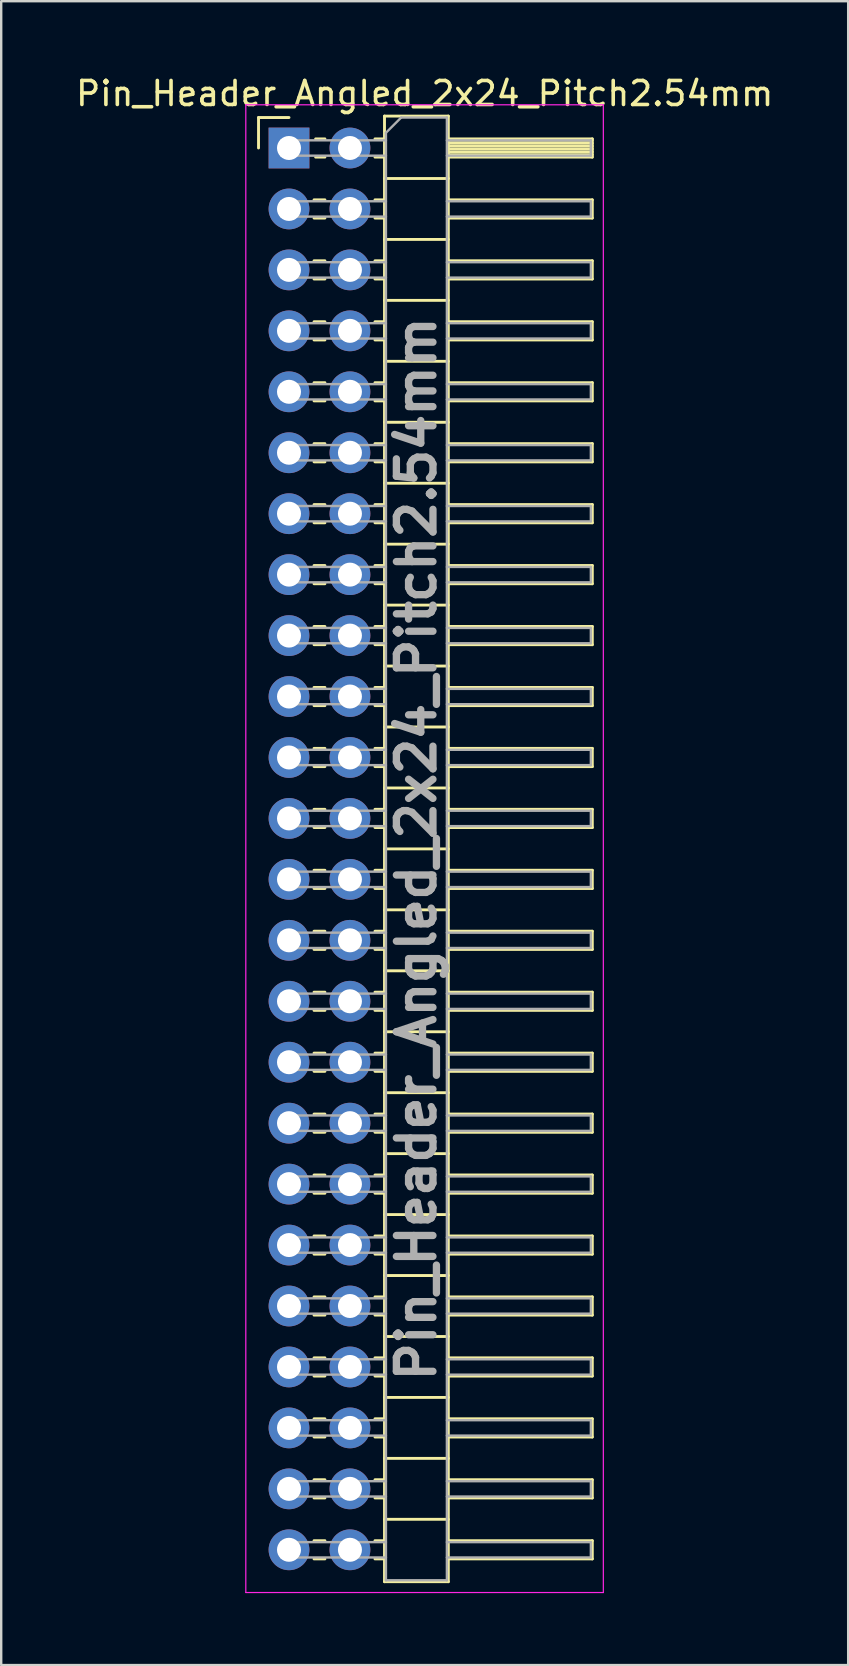
<source format=kicad_pcb>
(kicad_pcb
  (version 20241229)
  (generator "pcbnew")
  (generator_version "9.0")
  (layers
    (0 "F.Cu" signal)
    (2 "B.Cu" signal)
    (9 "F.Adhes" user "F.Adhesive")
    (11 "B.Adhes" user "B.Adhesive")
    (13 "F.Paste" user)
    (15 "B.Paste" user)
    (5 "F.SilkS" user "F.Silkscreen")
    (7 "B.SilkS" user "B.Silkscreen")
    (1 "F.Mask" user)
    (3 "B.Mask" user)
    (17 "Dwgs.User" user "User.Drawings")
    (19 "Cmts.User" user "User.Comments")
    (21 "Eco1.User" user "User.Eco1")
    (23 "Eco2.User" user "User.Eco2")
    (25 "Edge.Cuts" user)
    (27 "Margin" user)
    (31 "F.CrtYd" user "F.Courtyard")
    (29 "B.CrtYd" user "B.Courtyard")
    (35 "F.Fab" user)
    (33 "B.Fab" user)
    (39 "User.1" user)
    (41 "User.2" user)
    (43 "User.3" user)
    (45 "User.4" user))
  (footprint "Pin_Header_Angled_2x24_Pitch2.54mm"
    (layer "F.Cu")
    (at 8.994 3.118)
    (property "Reference" "Pin_Header_Angled_2x24_Pitch2.54mm" (at 5.655 -2.27 0) (layer "F.SilkS") (effects (font (size 1 1) (thickness 0.15))))
    (attr through_hole)
    (fp_line (start -1.27 -1.27) (end 0 -1.27) (stroke (width 0.12) (type solid)) (layer "F.SilkS"))
    (fp_line (start -1.27 0) (end -1.27 -1.27) (stroke (width 0.12) (type solid)) (layer "F.SilkS"))
    (fp_line (start 1.043 2.16) (end 1.497 2.16) (stroke (width 0.12) (type solid)) (layer "F.SilkS"))
    (fp_line (start 1.043 2.92) (end 1.497 2.92) (stroke (width 0.12) (type solid)) (layer "F.SilkS"))
    (fp_line (start 1.043 4.7) (end 1.497 4.7) (stroke (width 0.12) (type solid)) (layer "F.SilkS"))
    (fp_line (start 1.043 5.46) (end 1.497 5.46) (stroke (width 0.12) (type solid)) (layer "F.SilkS"))
    (fp_line (start 1.043 7.24) (end 1.497 7.24) (stroke (width 0.12) (type solid)) (layer "F.SilkS"))
    (fp_line (start 1.043 8) (end 1.497 8) (stroke (width 0.12) (type solid)) (layer "F.SilkS"))
    (fp_line (start 1.043 9.78) (end 1.497 9.78) (stroke (width 0.12) (type solid)) (layer "F.SilkS"))
    (fp_line (start 1.043 10.54) (end 1.497 10.54) (stroke (width 0.12) (type solid)) (layer "F.SilkS"))
    (fp_line (start 1.043 12.32) (end 1.497 12.32) (stroke (width 0.12) (type solid)) (layer "F.SilkS"))
    (fp_line (start 1.043 13.08) (end 1.497 13.08) (stroke (width 0.12) (type solid)) (layer "F.SilkS"))
    (fp_line (start 1.043 14.86) (end 1.497 14.86) (stroke (width 0.12) (type solid)) (layer "F.SilkS"))
    (fp_line (start 1.043 15.62) (end 1.497 15.62) (stroke (width 0.12) (type solid)) (layer "F.SilkS"))
    (fp_line (start 1.043 17.4) (end 1.497 17.4) (stroke (width 0.12) (type solid)) (layer "F.SilkS"))
    (fp_line (start 1.043 18.16) (end 1.497 18.16) (stroke (width 0.12) (type solid)) (layer "F.SilkS"))
    (fp_line (start 1.043 19.94) (end 1.497 19.94) (stroke (width 0.12) (type solid)) (layer "F.SilkS"))
    (fp_line (start 1.043 20.7) (end 1.497 20.7) (stroke (width 0.12) (type solid)) (layer "F.SilkS"))
    (fp_line (start 1.043 22.48) (end 1.497 22.48) (stroke (width 0.12) (type solid)) (layer "F.SilkS"))
    (fp_line (start 1.043 23.24) (end 1.497 23.24) (stroke (width 0.12) (type solid)) (layer "F.SilkS"))
    (fp_line (start 1.043 25.02) (end 1.497 25.02) (stroke (width 0.12) (type solid)) (layer "F.SilkS"))
    (fp_line (start 1.043 25.78) (end 1.497 25.78) (stroke (width 0.12) (type solid)) (layer "F.SilkS"))
    (fp_line (start 1.043 27.56) (end 1.497 27.56) (stroke (width 0.12) (type solid)) (layer "F.SilkS"))
    (fp_line (start 1.043 28.32) (end 1.497 28.32) (stroke (width 0.12) (type solid)) (layer "F.SilkS"))
    (fp_line (start 1.043 30.1) (end 1.497 30.1) (stroke (width 0.12) (type solid)) (layer "F.SilkS"))
    (fp_line (start 1.043 30.86) (end 1.497 30.86) (stroke (width 0.12) (type solid)) (layer "F.SilkS"))
    (fp_line (start 1.043 32.64) (end 1.497 32.64) (stroke (width 0.12) (type solid)) (layer "F.SilkS"))
    (fp_line (start 1.043 33.4) (end 1.497 33.4) (stroke (width 0.12) (type solid)) (layer "F.SilkS"))
    (fp_line (start 1.043 35.18) (end 1.497 35.18) (stroke (width 0.12) (type solid)) (layer "F.SilkS"))
    (fp_line (start 1.043 35.94) (end 1.497 35.94) (stroke (width 0.12) (type solid)) (layer "F.SilkS"))
    (fp_line (start 1.043 37.72) (end 1.497 37.72) (stroke (width 0.12) (type solid)) (layer "F.SilkS"))
    (fp_line (start 1.043 38.48) (end 1.497 38.48) (stroke (width 0.12) (type solid)) (layer "F.SilkS"))
    (fp_line (start 1.043 40.26) (end 1.497 40.26) (stroke (width 0.12) (type solid)) (layer "F.SilkS"))
    (fp_line (start 1.043 41.02) (end 1.497 41.02) (stroke (width 0.12) (type solid)) (layer "F.SilkS"))
    (fp_line (start 1.043 42.8) (end 1.497 42.8) (stroke (width 0.12) (type solid)) (layer "F.SilkS"))
    (fp_line (start 1.043 43.56) (end 1.497 43.56) (stroke (width 0.12) (type solid)) (layer "F.SilkS"))
    (fp_line (start 1.043 45.34) (end 1.497 45.34) (stroke (width 0.12) (type solid)) (layer "F.SilkS"))
    (fp_line (start 1.043 46.1) (end 1.497 46.1) (stroke (width 0.12) (type solid)) (layer "F.SilkS"))
    (fp_line (start 1.043 47.88) (end 1.497 47.88) (stroke (width 0.12) (type solid)) (layer "F.SilkS"))
    (fp_line (start 1.043 48.64) (end 1.497 48.64) (stroke (width 0.12) (type solid)) (layer "F.SilkS"))
    (fp_line (start 1.043 50.42) (end 1.497 50.42) (stroke (width 0.12) (type solid)) (layer "F.SilkS"))
    (fp_line (start 1.043 51.18) (end 1.497 51.18) (stroke (width 0.12) (type solid)) (layer "F.SilkS"))
    (fp_line (start 1.043 52.96) (end 1.497 52.96) (stroke (width 0.12) (type solid)) (layer "F.SilkS"))
    (fp_line (start 1.043 53.72) (end 1.497 53.72) (stroke (width 0.12) (type solid)) (layer "F.SilkS"))
    (fp_line (start 1.043 55.5) (end 1.497 55.5) (stroke (width 0.12) (type solid)) (layer "F.SilkS"))
    (fp_line (start 1.043 56.26) (end 1.497 56.26) (stroke (width 0.12) (type solid)) (layer "F.SilkS"))
    (fp_line (start 1.043 58.04) (end 1.497 58.04) (stroke (width 0.12) (type solid)) (layer "F.SilkS"))
    (fp_line (start 1.043 58.8) (end 1.497 58.8) (stroke (width 0.12) (type solid)) (layer "F.SilkS"))
    (fp_line (start 1.11 -0.38) (end 1.497 -0.38) (stroke (width 0.12) (type solid)) (layer "F.SilkS"))
    (fp_line (start 1.11 0.38) (end 1.497 0.38) (stroke (width 0.12) (type solid)) (layer "F.SilkS"))
    (fp_line (start 3.583 -0.38) (end 3.98 -0.38) (stroke (width 0.12) (type solid)) (layer "F.SilkS"))
    (fp_line (start 3.583 0.38) (end 3.98 0.38) (stroke (width 0.12) (type solid)) (layer "F.SilkS"))
    (fp_line (start 3.583 2.16) (end 3.98 2.16) (stroke (width 0.12) (type solid)) (layer "F.SilkS"))
    (fp_line (start 3.583 2.92) (end 3.98 2.92) (stroke (width 0.12) (type solid)) (layer "F.SilkS"))
    (fp_line (start 3.583 4.7) (end 3.98 4.7) (stroke (width 0.12) (type solid)) (layer "F.SilkS"))
    (fp_line (start 3.583 5.46) (end 3.98 5.46) (stroke (width 0.12) (type solid)) (layer "F.SilkS"))
    (fp_line (start 3.583 7.24) (end 3.98 7.24) (stroke (width 0.12) (type solid)) (layer "F.SilkS"))
    (fp_line (start 3.583 8) (end 3.98 8) (stroke (width 0.12) (type solid)) (layer "F.SilkS"))
    (fp_line (start 3.583 9.78) (end 3.98 9.78) (stroke (width 0.12) (type solid)) (layer "F.SilkS"))
    (fp_line (start 3.583 10.54) (end 3.98 10.54) (stroke (width 0.12) (type solid)) (layer "F.SilkS"))
    (fp_line (start 3.583 12.32) (end 3.98 12.32) (stroke (width 0.12) (type solid)) (layer "F.SilkS"))
    (fp_line (start 3.583 13.08) (end 3.98 13.08) (stroke (width 0.12) (type solid)) (layer "F.SilkS"))
    (fp_line (start 3.583 14.86) (end 3.98 14.86) (stroke (width 0.12) (type solid)) (layer "F.SilkS"))
    (fp_line (start 3.583 15.62) (end 3.98 15.62) (stroke (width 0.12) (type solid)) (layer "F.SilkS"))
    (fp_line (start 3.583 17.4) (end 3.98 17.4) (stroke (width 0.12) (type solid)) (layer "F.SilkS"))
    (fp_line (start 3.583 18.16) (end 3.98 18.16) (stroke (width 0.12) (type solid)) (layer "F.SilkS"))
    (fp_line (start 3.583 19.94) (end 3.98 19.94) (stroke (width 0.12) (type solid)) (layer "F.SilkS"))
    (fp_line (start 3.583 20.7) (end 3.98 20.7) (stroke (width 0.12) (type solid)) (layer "F.SilkS"))
    (fp_line (start 3.583 22.48) (end 3.98 22.48) (stroke (width 0.12) (type solid)) (layer "F.SilkS"))
    (fp_line (start 3.583 23.24) (end 3.98 23.24) (stroke (width 0.12) (type solid)) (layer "F.SilkS"))
    (fp_line (start 3.583 25.02) (end 3.98 25.02) (stroke (width 0.12) (type solid)) (layer "F.SilkS"))
    (fp_line (start 3.583 25.78) (end 3.98 25.78) (stroke (width 0.12) (type solid)) (layer "F.SilkS"))
    (fp_line (start 3.583 27.56) (end 3.98 27.56) (stroke (width 0.12) (type solid)) (layer "F.SilkS"))
    (fp_line (start 3.583 28.32) (end 3.98 28.32) (stroke (width 0.12) (type solid)) (layer "F.SilkS"))
    (fp_line (start 3.583 30.1) (end 3.98 30.1) (stroke (width 0.12) (type solid)) (layer "F.SilkS"))
    (fp_line (start 3.583 30.86) (end 3.98 30.86) (stroke (width 0.12) (type solid)) (layer "F.SilkS"))
    (fp_line (start 3.583 32.64) (end 3.98 32.64) (stroke (width 0.12) (type solid)) (layer "F.SilkS"))
    (fp_line (start 3.583 33.4) (end 3.98 33.4) (stroke (width 0.12) (type solid)) (layer "F.SilkS"))
    (fp_line (start 3.583 35.18) (end 3.98 35.18) (stroke (width 0.12) (type solid)) (layer "F.SilkS"))
    (fp_line (start 3.583 35.94) (end 3.98 35.94) (stroke (width 0.12) (type solid)) (layer "F.SilkS"))
    (fp_line (start 3.583 37.72) (end 3.98 37.72) (stroke (width 0.12) (type solid)) (layer "F.SilkS"))
    (fp_line (start 3.583 38.48) (end 3.98 38.48) (stroke (width 0.12) (type solid)) (layer "F.SilkS"))
    (fp_line (start 3.583 40.26) (end 3.98 40.26) (stroke (width 0.12) (type solid)) (layer "F.SilkS"))
    (fp_line (start 3.583 41.02) (end 3.98 41.02) (stroke (width 0.12) (type solid)) (layer "F.SilkS"))
    (fp_line (start 3.583 42.8) (end 3.98 42.8) (stroke (width 0.12) (type solid)) (layer "F.SilkS"))
    (fp_line (start 3.583 43.56) (end 3.98 43.56) (stroke (width 0.12) (type solid)) (layer "F.SilkS"))
    (fp_line (start 3.583 45.34) (end 3.98 45.34) (stroke (width 0.12) (type solid)) (layer "F.SilkS"))
    (fp_line (start 3.583 46.1) (end 3.98 46.1) (stroke (width 0.12) (type solid)) (layer "F.SilkS"))
    (fp_line (start 3.583 47.88) (end 3.98 47.88) (stroke (width 0.12) (type solid)) (layer "F.SilkS"))
    (fp_line (start 3.583 48.64) (end 3.98 48.64) (stroke (width 0.12) (type solid)) (layer "F.SilkS"))
    (fp_line (start 3.583 50.42) (end 3.98 50.42) (stroke (width 0.12) (type solid)) (layer "F.SilkS"))
    (fp_line (start 3.583 51.18) (end 3.98 51.18) (stroke (width 0.12) (type solid)) (layer "F.SilkS"))
    (fp_line (start 3.583 52.96) (end 3.98 52.96) (stroke (width 0.12) (type solid)) (layer "F.SilkS"))
    (fp_line (start 3.583 53.72) (end 3.98 53.72) (stroke (width 0.12) (type solid)) (layer "F.SilkS"))
    (fp_line (start 3.583 55.5) (end 3.98 55.5) (stroke (width 0.12) (type solid)) (layer "F.SilkS"))
    (fp_line (start 3.583 56.26) (end 3.98 56.26) (stroke (width 0.12) (type solid)) (layer "F.SilkS"))
    (fp_line (start 3.583 58.04) (end 3.98 58.04) (stroke (width 0.12) (type solid)) (layer "F.SilkS"))
    (fp_line (start 3.583 58.8) (end 3.98 58.8) (stroke (width 0.12) (type solid)) (layer "F.SilkS"))
    (fp_line (start 3.98 -1.33) (end 3.98 59.75) (stroke (width 0.12) (type solid)) (layer "F.SilkS"))
    (fp_line (start 3.98 1.27) (end 6.64 1.27) (stroke (width 0.12) (type solid)) (layer "F.SilkS"))
    (fp_line (start 3.98 3.81) (end 6.64 3.81) (stroke (width 0.12) (type solid)) (layer "F.SilkS"))
    (fp_line (start 3.98 6.35) (end 6.64 6.35) (stroke (width 0.12) (type solid)) (layer "F.SilkS"))
    (fp_line (start 3.98 8.89) (end 6.64 8.89) (stroke (width 0.12) (type solid)) (layer "F.SilkS"))
    (fp_line (start 3.98 11.43) (end 6.64 11.43) (stroke (width 0.12) (type solid)) (layer "F.SilkS"))
    (fp_line (start 3.98 13.97) (end 6.64 13.97) (stroke (width 0.12) (type solid)) (layer "F.SilkS"))
    (fp_line (start 3.98 16.51) (end 6.64 16.51) (stroke (width 0.12) (type solid)) (layer "F.SilkS"))
    (fp_line (start 3.98 19.05) (end 6.64 19.05) (stroke (width 0.12) (type solid)) (layer "F.SilkS"))
    (fp_line (start 3.98 21.59) (end 6.64 21.59) (stroke (width 0.12) (type solid)) (layer "F.SilkS"))
    (fp_line (start 3.98 24.13) (end 6.64 24.13) (stroke (width 0.12) (type solid)) (layer "F.SilkS"))
    (fp_line (start 3.98 26.67) (end 6.64 26.67) (stroke (width 0.12) (type solid)) (layer "F.SilkS"))
    (fp_line (start 3.98 29.21) (end 6.64 29.21) (stroke (width 0.12) (type solid)) (layer "F.SilkS"))
    (fp_line (start 3.98 31.75) (end 6.64 31.75) (stroke (width 0.12) (type solid)) (layer "F.SilkS"))
    (fp_line (start 3.98 34.29) (end 6.64 34.29) (stroke (width 0.12) (type solid)) (layer "F.SilkS"))
    (fp_line (start 3.98 36.83) (end 6.64 36.83) (stroke (width 0.12) (type solid)) (layer "F.SilkS"))
    (fp_line (start 3.98 39.37) (end 6.64 39.37) (stroke (width 0.12) (type solid)) (layer "F.SilkS"))
    (fp_line (start 3.98 41.91) (end 6.64 41.91) (stroke (width 0.12) (type solid)) (layer "F.SilkS"))
    (fp_line (start 3.98 44.45) (end 6.64 44.45) (stroke (width 0.12) (type solid)) (layer "F.SilkS"))
    (fp_line (start 3.98 46.99) (end 6.64 46.99) (stroke (width 0.12) (type solid)) (layer "F.SilkS"))
    (fp_line (start 3.98 49.53) (end 6.64 49.53) (stroke (width 0.12) (type solid)) (layer "F.SilkS"))
    (fp_line (start 3.98 52.07) (end 6.64 52.07) (stroke (width 0.12) (type solid)) (layer "F.SilkS"))
    (fp_line (start 3.98 54.61) (end 6.64 54.61) (stroke (width 0.12) (type solid)) (layer "F.SilkS"))
    (fp_line (start 3.98 57.15) (end 6.64 57.15) (stroke (width 0.12) (type solid)) (layer "F.SilkS"))
    (fp_line (start 3.98 59.75) (end 6.64 59.75) (stroke (width 0.12) (type solid)) (layer "F.SilkS"))
    (fp_line (start 6.64 -1.33) (end 3.98 -1.33) (stroke (width 0.12) (type solid)) (layer "F.SilkS"))
    (fp_line (start 6.64 -0.38) (end 12.64 -0.38) (stroke (width 0.12) (type solid)) (layer "F.SilkS"))
    (fp_line (start 6.64 -0.32) (end 12.64 -0.32) (stroke (width 0.12) (type solid)) (layer "F.SilkS"))
    (fp_line (start 6.64 -0.2) (end 12.64 -0.2) (stroke (width 0.12) (type solid)) (layer "F.SilkS"))
    (fp_line (start 6.64 -0.08) (end 12.64 -0.08) (stroke (width 0.12) (type solid)) (layer "F.SilkS"))
    (fp_line (start 6.64 0.04) (end 12.64 0.04) (stroke (width 0.12) (type solid)) (layer "F.SilkS"))
    (fp_line (start 6.64 0.16) (end 12.64 0.16) (stroke (width 0.12) (type solid)) (layer "F.SilkS"))
    (fp_line (start 6.64 0.28) (end 12.64 0.28) (stroke (width 0.12) (type solid)) (layer "F.SilkS"))
    (fp_line (start 6.64 2.16) (end 12.64 2.16) (stroke (width 0.12) (type solid)) (layer "F.SilkS"))
    (fp_line (start 6.64 4.7) (end 12.64 4.7) (stroke (width 0.12) (type solid)) (layer "F.SilkS"))
    (fp_line (start 6.64 7.24) (end 12.64 7.24) (stroke (width 0.12) (type solid)) (layer "F.SilkS"))
    (fp_line (start 6.64 9.78) (end 12.64 9.78) (stroke (width 0.12) (type solid)) (layer "F.SilkS"))
    (fp_line (start 6.64 12.32) (end 12.64 12.32) (stroke (width 0.12) (type solid)) (layer "F.SilkS"))
    (fp_line (start 6.64 14.86) (end 12.64 14.86) (stroke (width 0.12) (type solid)) (layer "F.SilkS"))
    (fp_line (start 6.64 17.4) (end 12.64 17.4) (stroke (width 0.12) (type solid)) (layer "F.SilkS"))
    (fp_line (start 6.64 19.94) (end 12.64 19.94) (stroke (width 0.12) (type solid)) (layer "F.SilkS"))
    (fp_line (start 6.64 22.48) (end 12.64 22.48) (stroke (width 0.12) (type solid)) (layer "F.SilkS"))
    (fp_line (start 6.64 25.02) (end 12.64 25.02) (stroke (width 0.12) (type solid)) (layer "F.SilkS"))
    (fp_line (start 6.64 27.56) (end 12.64 27.56) (stroke (width 0.12) (type solid)) (layer "F.SilkS"))
    (fp_line (start 6.64 30.1) (end 12.64 30.1) (stroke (width 0.12) (type solid)) (layer "F.SilkS"))
    (fp_line (start 6.64 32.64) (end 12.64 32.64) (stroke (width 0.12) (type solid)) (layer "F.SilkS"))
    (fp_line (start 6.64 35.18) (end 12.64 35.18) (stroke (width 0.12) (type solid)) (layer "F.SilkS"))
    (fp_line (start 6.64 37.72) (end 12.64 37.72) (stroke (width 0.12) (type solid)) (layer "F.SilkS"))
    (fp_line (start 6.64 40.26) (end 12.64 40.26) (stroke (width 0.12) (type solid)) (layer "F.SilkS"))
    (fp_line (start 6.64 42.8) (end 12.64 42.8) (stroke (width 0.12) (type solid)) (layer "F.SilkS"))
    (fp_line (start 6.64 45.34) (end 12.64 45.34) (stroke (width 0.12) (type solid)) (layer "F.SilkS"))
    (fp_line (start 6.64 47.88) (end 12.64 47.88) (stroke (width 0.12) (type solid)) (layer "F.SilkS"))
    (fp_line (start 6.64 50.42) (end 12.64 50.42) (stroke (width 0.12) (type solid)) (layer "F.SilkS"))
    (fp_line (start 6.64 52.96) (end 12.64 52.96) (stroke (width 0.12) (type solid)) (layer "F.SilkS"))
    (fp_line (start 6.64 55.5) (end 12.64 55.5) (stroke (width 0.12) (type solid)) (layer "F.SilkS"))
    (fp_line (start 6.64 58.04) (end 12.64 58.04) (stroke (width 0.12) (type solid)) (layer "F.SilkS"))
    (fp_line (start 6.64 59.75) (end 6.64 -1.33) (stroke (width 0.12) (type solid)) (layer "F.SilkS"))
    (fp_line (start 12.64 -0.38) (end 12.64 0.38) (stroke (width 0.12) (type solid)) (layer "F.SilkS"))
    (fp_line (start 12.64 0.38) (end 6.64 0.38) (stroke (width 0.12) (type solid)) (layer "F.SilkS"))
    (fp_line (start 12.64 2.16) (end 12.64 2.92) (stroke (width 0.12) (type solid)) (layer "F.SilkS"))
    (fp_line (start 12.64 2.92) (end 6.64 2.92) (stroke (width 0.12) (type solid)) (layer "F.SilkS"))
    (fp_line (start 12.64 4.7) (end 12.64 5.46) (stroke (width 0.12) (type solid)) (layer "F.SilkS"))
    (fp_line (start 12.64 5.46) (end 6.64 5.46) (stroke (width 0.12) (type solid)) (layer "F.SilkS"))
    (fp_line (start 12.64 7.24) (end 12.64 8) (stroke (width 0.12) (type solid)) (layer "F.SilkS"))
    (fp_line (start 12.64 8) (end 6.64 8) (stroke (width 0.12) (type solid)) (layer "F.SilkS"))
    (fp_line (start 12.64 9.78) (end 12.64 10.54) (stroke (width 0.12) (type solid)) (layer "F.SilkS"))
    (fp_line (start 12.64 10.54) (end 6.64 10.54) (stroke (width 0.12) (type solid)) (layer "F.SilkS"))
    (fp_line (start 12.64 12.32) (end 12.64 13.08) (stroke (width 0.12) (type solid)) (layer "F.SilkS"))
    (fp_line (start 12.64 13.08) (end 6.64 13.08) (stroke (width 0.12) (type solid)) (layer "F.SilkS"))
    (fp_line (start 12.64 14.86) (end 12.64 15.62) (stroke (width 0.12) (type solid)) (layer "F.SilkS"))
    (fp_line (start 12.64 15.62) (end 6.64 15.62) (stroke (width 0.12) (type solid)) (layer "F.SilkS"))
    (fp_line (start 12.64 17.4) (end 12.64 18.16) (stroke (width 0.12) (type solid)) (layer "F.SilkS"))
    (fp_line (start 12.64 18.16) (end 6.64 18.16) (stroke (width 0.12) (type solid)) (layer "F.SilkS"))
    (fp_line (start 12.64 19.94) (end 12.64 20.7) (stroke (width 0.12) (type solid)) (layer "F.SilkS"))
    (fp_line (start 12.64 20.7) (end 6.64 20.7) (stroke (width 0.12) (type solid)) (layer "F.SilkS"))
    (fp_line (start 12.64 22.48) (end 12.64 23.24) (stroke (width 0.12) (type solid)) (layer "F.SilkS"))
    (fp_line (start 12.64 23.24) (end 6.64 23.24) (stroke (width 0.12) (type solid)) (layer "F.SilkS"))
    (fp_line (start 12.64 25.02) (end 12.64 25.78) (stroke (width 0.12) (type solid)) (layer "F.SilkS"))
    (fp_line (start 12.64 25.78) (end 6.64 25.78) (stroke (width 0.12) (type solid)) (layer "F.SilkS"))
    (fp_line (start 12.64 27.56) (end 12.64 28.32) (stroke (width 0.12) (type solid)) (layer "F.SilkS"))
    (fp_line (start 12.64 28.32) (end 6.64 28.32) (stroke (width 0.12) (type solid)) (layer "F.SilkS"))
    (fp_line (start 12.64 30.1) (end 12.64 30.86) (stroke (width 0.12) (type solid)) (layer "F.SilkS"))
    (fp_line (start 12.64 30.86) (end 6.64 30.86) (stroke (width 0.12) (type solid)) (layer "F.SilkS"))
    (fp_line (start 12.64 32.64) (end 12.64 33.4) (stroke (width 0.12) (type solid)) (layer "F.SilkS"))
    (fp_line (start 12.64 33.4) (end 6.64 33.4) (stroke (width 0.12) (type solid)) (layer "F.SilkS"))
    (fp_line (start 12.64 35.18) (end 12.64 35.94) (stroke (width 0.12) (type solid)) (layer "F.SilkS"))
    (fp_line (start 12.64 35.94) (end 6.64 35.94) (stroke (width 0.12) (type solid)) (layer "F.SilkS"))
    (fp_line (start 12.64 37.72) (end 12.64 38.48) (stroke (width 0.12) (type solid)) (layer "F.SilkS"))
    (fp_line (start 12.64 38.48) (end 6.64 38.48) (stroke (width 0.12) (type solid)) (layer "F.SilkS"))
    (fp_line (start 12.64 40.26) (end 12.64 41.02) (stroke (width 0.12) (type solid)) (layer "F.SilkS"))
    (fp_line (start 12.64 41.02) (end 6.64 41.02) (stroke (width 0.12) (type solid)) (layer "F.SilkS"))
    (fp_line (start 12.64 42.8) (end 12.64 43.56) (stroke (width 0.12) (type solid)) (layer "F.SilkS"))
    (fp_line (start 12.64 43.56) (end 6.64 43.56) (stroke (width 0.12) (type solid)) (layer "F.SilkS"))
    (fp_line (start 12.64 45.34) (end 12.64 46.1) (stroke (width 0.12) (type solid)) (layer "F.SilkS"))
    (fp_line (start 12.64 46.1) (end 6.64 46.1) (stroke (width 0.12) (type solid)) (layer "F.SilkS"))
    (fp_line (start 12.64 47.88) (end 12.64 48.64) (stroke (width 0.12) (type solid)) (layer "F.SilkS"))
    (fp_line (start 12.64 48.64) (end 6.64 48.64) (stroke (width 0.12) (type solid)) (layer "F.SilkS"))
    (fp_line (start 12.64 50.42) (end 12.64 51.18) (stroke (width 0.12) (type solid)) (layer "F.SilkS"))
    (fp_line (start 12.64 51.18) (end 6.64 51.18) (stroke (width 0.12) (type solid)) (layer "F.SilkS"))
    (fp_line (start 12.64 52.96) (end 12.64 53.72) (stroke (width 0.12) (type solid)) (layer "F.SilkS"))
    (fp_line (start 12.64 53.72) (end 6.64 53.72) (stroke (width 0.12) (type solid)) (layer "F.SilkS"))
    (fp_line (start 12.64 55.5) (end 12.64 56.26) (stroke (width 0.12) (type solid)) (layer "F.SilkS"))
    (fp_line (start 12.64 56.26) (end 6.64 56.26) (stroke (width 0.12) (type solid)) (layer "F.SilkS"))
    (fp_line (start 12.64 58.04) (end 12.64 58.8) (stroke (width 0.12) (type solid)) (layer "F.SilkS"))
    (fp_line (start 12.64 58.8) (end 6.64 58.8) (stroke (width 0.12) (type solid)) (layer "F.SilkS"))
    (fp_line (start -1.8 -1.8) (end -1.8 60.2) (stroke (width 0.05) (type solid)) (layer "F.CrtYd"))
    (fp_line (start -1.8 60.2) (end 13.1 60.2) (stroke (width 0.05) (type solid)) (layer "F.CrtYd"))
    (fp_line (start 13.1 -1.8) (end -1.8 -1.8) (stroke (width 0.05) (type solid)) (layer "F.CrtYd"))
    (fp_line (start 13.1 60.2) (end 13.1 -1.8) (stroke (width 0.05) (type solid)) (layer "F.CrtYd"))
    (fp_line (start -0.32 -0.32) (end -0.32 0.32) (stroke (width 0.1) (type solid)) (layer "F.Fab"))
    (fp_line (start -0.32 -0.32) (end 4.04 -0.32) (stroke (width 0.1) (type solid)) (layer "F.Fab"))
    (fp_line (start -0.32 0.32) (end 4.04 0.32) (stroke (width 0.1) (type solid)) (layer "F.Fab"))
    (fp_line (start -0.32 2.22) (end -0.32 2.86) (stroke (width 0.1) (type solid)) (layer "F.Fab"))
    (fp_line (start -0.32 2.22) (end 4.04 2.22) (stroke (width 0.1) (type solid)) (layer "F.Fab"))
    (fp_line (start -0.32 2.86) (end 4.04 2.86) (stroke (width 0.1) (type solid)) (layer "F.Fab"))
    (fp_line (start -0.32 4.76) (end -0.32 5.4) (stroke (width 0.1) (type solid)) (layer "F.Fab"))
    (fp_line (start -0.32 4.76) (end 4.04 4.76) (stroke (width 0.1) (type solid)) (layer "F.Fab"))
    (fp_line (start -0.32 5.4) (end 4.04 5.4) (stroke (width 0.1) (type solid)) (layer "F.Fab"))
    (fp_line (start -0.32 7.3) (end -0.32 7.94) (stroke (width 0.1) (type solid)) (layer "F.Fab"))
    (fp_line (start -0.32 7.3) (end 4.04 7.3) (stroke (width 0.1) (type solid)) (layer "F.Fab"))
    (fp_line (start -0.32 7.94) (end 4.04 7.94) (stroke (width 0.1) (type solid)) (layer "F.Fab"))
    (fp_line (start -0.32 9.84) (end -0.32 10.48) (stroke (width 0.1) (type solid)) (layer "F.Fab"))
    (fp_line (start -0.32 9.84) (end 4.04 9.84) (stroke (width 0.1) (type solid)) (layer "F.Fab"))
    (fp_line (start -0.32 10.48) (end 4.04 10.48) (stroke (width 0.1) (type solid)) (layer "F.Fab"))
    (fp_line (start -0.32 12.38) (end -0.32 13.02) (stroke (width 0.1) (type solid)) (layer "F.Fab"))
    (fp_line (start -0.32 12.38) (end 4.04 12.38) (stroke (width 0.1) (type solid)) (layer "F.Fab"))
    (fp_line (start -0.32 13.02) (end 4.04 13.02) (stroke (width 0.1) (type solid)) (layer "F.Fab"))
    (fp_line (start -0.32 14.92) (end -0.32 15.56) (stroke (width 0.1) (type solid)) (layer "F.Fab"))
    (fp_line (start -0.32 14.92) (end 4.04 14.92) (stroke (width 0.1) (type solid)) (layer "F.Fab"))
    (fp_line (start -0.32 15.56) (end 4.04 15.56) (stroke (width 0.1) (type solid)) (layer "F.Fab"))
    (fp_line (start -0.32 17.46) (end -0.32 18.1) (stroke (width 0.1) (type solid)) (layer "F.Fab"))
    (fp_line (start -0.32 17.46) (end 4.04 17.46) (stroke (width 0.1) (type solid)) (layer "F.Fab"))
    (fp_line (start -0.32 18.1) (end 4.04 18.1) (stroke (width 0.1) (type solid)) (layer "F.Fab"))
    (fp_line (start -0.32 20) (end -0.32 20.64) (stroke (width 0.1) (type solid)) (layer "F.Fab"))
    (fp_line (start -0.32 20) (end 4.04 20) (stroke (width 0.1) (type solid)) (layer "F.Fab"))
    (fp_line (start -0.32 20.64) (end 4.04 20.64) (stroke (width 0.1) (type solid)) (layer "F.Fab"))
    (fp_line (start -0.32 22.54) (end -0.32 23.18) (stroke (width 0.1) (type solid)) (layer "F.Fab"))
    (fp_line (start -0.32 22.54) (end 4.04 22.54) (stroke (width 0.1) (type solid)) (layer "F.Fab"))
    (fp_line (start -0.32 23.18) (end 4.04 23.18) (stroke (width 0.1) (type solid)) (layer "F.Fab"))
    (fp_line (start -0.32 25.08) (end -0.32 25.72) (stroke (width 0.1) (type solid)) (layer "F.Fab"))
    (fp_line (start -0.32 25.08) (end 4.04 25.08) (stroke (width 0.1) (type solid)) (layer "F.Fab"))
    (fp_line (start -0.32 25.72) (end 4.04 25.72) (stroke (width 0.1) (type solid)) (layer "F.Fab"))
    (fp_line (start -0.32 27.62) (end -0.32 28.26) (stroke (width 0.1) (type solid)) (layer "F.Fab"))
    (fp_line (start -0.32 27.62) (end 4.04 27.62) (stroke (width 0.1) (type solid)) (layer "F.Fab"))
    (fp_line (start -0.32 28.26) (end 4.04 28.26) (stroke (width 0.1) (type solid)) (layer "F.Fab"))
    (fp_line (start -0.32 30.16) (end -0.32 30.8) (stroke (width 0.1) (type solid)) (layer "F.Fab"))
    (fp_line (start -0.32 30.16) (end 4.04 30.16) (stroke (width 0.1) (type solid)) (layer "F.Fab"))
    (fp_line (start -0.32 30.8) (end 4.04 30.8) (stroke (width 0.1) (type solid)) (layer "F.Fab"))
    (fp_line (start -0.32 32.7) (end -0.32 33.34) (stroke (width 0.1) (type solid)) (layer "F.Fab"))
    (fp_line (start -0.32 32.7) (end 4.04 32.7) (stroke (width 0.1) (type solid)) (layer "F.Fab"))
    (fp_line (start -0.32 33.34) (end 4.04 33.34) (stroke (width 0.1) (type solid)) (layer "F.Fab"))
    (fp_line (start -0.32 35.24) (end -0.32 35.88) (stroke (width 0.1) (type solid)) (layer "F.Fab"))
    (fp_line (start -0.32 35.24) (end 4.04 35.24) (stroke (width 0.1) (type solid)) (layer "F.Fab"))
    (fp_line (start -0.32 35.88) (end 4.04 35.88) (stroke (width 0.1) (type solid)) (layer "F.Fab"))
    (fp_line (start -0.32 37.78) (end -0.32 38.42) (stroke (width 0.1) (type solid)) (layer "F.Fab"))
    (fp_line (start -0.32 37.78) (end 4.04 37.78) (stroke (width 0.1) (type solid)) (layer "F.Fab"))
    (fp_line (start -0.32 38.42) (end 4.04 38.42) (stroke (width 0.1) (type solid)) (layer "F.Fab"))
    (fp_line (start -0.32 40.32) (end -0.32 40.96) (stroke (width 0.1) (type solid)) (layer "F.Fab"))
    (fp_line (start -0.32 40.32) (end 4.04 40.32) (stroke (width 0.1) (type solid)) (layer "F.Fab"))
    (fp_line (start -0.32 40.96) (end 4.04 40.96) (stroke (width 0.1) (type solid)) (layer "F.Fab"))
    (fp_line (start -0.32 42.86) (end -0.32 43.5) (stroke (width 0.1) (type solid)) (layer "F.Fab"))
    (fp_line (start -0.32 42.86) (end 4.04 42.86) (stroke (width 0.1) (type solid)) (layer "F.Fab"))
    (fp_line (start -0.32 43.5) (end 4.04 43.5) (stroke (width 0.1) (type solid)) (layer "F.Fab"))
    (fp_line (start -0.32 45.4) (end -0.32 46.04) (stroke (width 0.1) (type solid)) (layer "F.Fab"))
    (fp_line (start -0.32 45.4) (end 4.04 45.4) (stroke (width 0.1) (type solid)) (layer "F.Fab"))
    (fp_line (start -0.32 46.04) (end 4.04 46.04) (stroke (width 0.1) (type solid)) (layer "F.Fab"))
    (fp_line (start -0.32 47.94) (end -0.32 48.58) (stroke (width 0.1) (type solid)) (layer "F.Fab"))
    (fp_line (start -0.32 47.94) (end 4.04 47.94) (stroke (width 0.1) (type solid)) (layer "F.Fab"))
    (fp_line (start -0.32 48.58) (end 4.04 48.58) (stroke (width 0.1) (type solid)) (layer "F.Fab"))
    (fp_line (start -0.32 50.48) (end -0.32 51.12) (stroke (width 0.1) (type solid)) (layer "F.Fab"))
    (fp_line (start -0.32 50.48) (end 4.04 50.48) (stroke (width 0.1) (type solid)) (layer "F.Fab"))
    (fp_line (start -0.32 51.12) (end 4.04 51.12) (stroke (width 0.1) (type solid)) (layer "F.Fab"))
    (fp_line (start -0.32 53.02) (end -0.32 53.66) (stroke (width 0.1) (type solid)) (layer "F.Fab"))
    (fp_line (start -0.32 53.02) (end 4.04 53.02) (stroke (width 0.1) (type solid)) (layer "F.Fab"))
    (fp_line (start -0.32 53.66) (end 4.04 53.66) (stroke (width 0.1) (type solid)) (layer "F.Fab"))
    (fp_line (start -0.32 55.56) (end -0.32 56.2) (stroke (width 0.1) (type solid)) (layer "F.Fab"))
    (fp_line (start -0.32 55.56) (end 4.04 55.56) (stroke (width 0.1) (type solid)) (layer "F.Fab"))
    (fp_line (start -0.32 56.2) (end 4.04 56.2) (stroke (width 0.1) (type solid)) (layer "F.Fab"))
    (fp_line (start -0.32 58.1) (end -0.32 58.74) (stroke (width 0.1) (type solid)) (layer "F.Fab"))
    (fp_line (start -0.32 58.1) (end 4.04 58.1) (stroke (width 0.1) (type solid)) (layer "F.Fab"))
    (fp_line (start -0.32 58.74) (end 4.04 58.74) (stroke (width 0.1) (type solid)) (layer "F.Fab"))
    (fp_line (start 4.04 -0.635) (end 4.675 -1.27) (stroke (width 0.1) (type solid)) (layer "F.Fab"))
    (fp_line (start 4.04 59.69) (end 4.04 -0.635) (stroke (width 0.1) (type solid)) (layer "F.Fab"))
    (fp_line (start 4.675 -1.27) (end 6.58 -1.27) (stroke (width 0.1) (type solid)) (layer "F.Fab"))
    (fp_line (start 6.58 -1.27) (end 6.58 59.69) (stroke (width 0.1) (type solid)) (layer "F.Fab"))
    (fp_line (start 6.58 -0.32) (end 12.58 -0.32) (stroke (width 0.1) (type solid)) (layer "F.Fab"))
    (fp_line (start 6.58 0.32) (end 12.58 0.32) (stroke (width 0.1) (type solid)) (layer "F.Fab"))
    (fp_line (start 6.58 2.22) (end 12.58 2.22) (stroke (width 0.1) (type solid)) (layer "F.Fab"))
    (fp_line (start 6.58 2.86) (end 12.58 2.86) (stroke (width 0.1) (type solid)) (layer "F.Fab"))
    (fp_line (start 6.58 4.76) (end 12.58 4.76) (stroke (width 0.1) (type solid)) (layer "F.Fab"))
    (fp_line (start 6.58 5.4) (end 12.58 5.4) (stroke (width 0.1) (type solid)) (layer "F.Fab"))
    (fp_line (start 6.58 7.3) (end 12.58 7.3) (stroke (width 0.1) (type solid)) (layer "F.Fab"))
    (fp_line (start 6.58 7.94) (end 12.58 7.94) (stroke (width 0.1) (type solid)) (layer "F.Fab"))
    (fp_line (start 6.58 9.84) (end 12.58 9.84) (stroke (width 0.1) (type solid)) (layer "F.Fab"))
    (fp_line (start 6.58 10.48) (end 12.58 10.48) (stroke (width 0.1) (type solid)) (layer "F.Fab"))
    (fp_line (start 6.58 12.38) (end 12.58 12.38) (stroke (width 0.1) (type solid)) (layer "F.Fab"))
    (fp_line (start 6.58 13.02) (end 12.58 13.02) (stroke (width 0.1) (type solid)) (layer "F.Fab"))
    (fp_line (start 6.58 14.92) (end 12.58 14.92) (stroke (width 0.1) (type solid)) (layer "F.Fab"))
    (fp_line (start 6.58 15.56) (end 12.58 15.56) (stroke (width 0.1) (type solid)) (layer "F.Fab"))
    (fp_line (start 6.58 17.46) (end 12.58 17.46) (stroke (width 0.1) (type solid)) (layer "F.Fab"))
    (fp_line (start 6.58 18.1) (end 12.58 18.1) (stroke (width 0.1) (type solid)) (layer "F.Fab"))
    (fp_line (start 6.58 20) (end 12.58 20) (stroke (width 0.1) (type solid)) (layer "F.Fab"))
    (fp_line (start 6.58 20.64) (end 12.58 20.64) (stroke (width 0.1) (type solid)) (layer "F.Fab"))
    (fp_line (start 6.58 22.54) (end 12.58 22.54) (stroke (width 0.1) (type solid)) (layer "F.Fab"))
    (fp_line (start 6.58 23.18) (end 12.58 23.18) (stroke (width 0.1) (type solid)) (layer "F.Fab"))
    (fp_line (start 6.58 25.08) (end 12.58 25.08) (stroke (width 0.1) (type solid)) (layer "F.Fab"))
    (fp_line (start 6.58 25.72) (end 12.58 25.72) (stroke (width 0.1) (type solid)) (layer "F.Fab"))
    (fp_line (start 6.58 27.62) (end 12.58 27.62) (stroke (width 0.1) (type solid)) (layer "F.Fab"))
    (fp_line (start 6.58 28.26) (end 12.58 28.26) (stroke (width 0.1) (type solid)) (layer "F.Fab"))
    (fp_line (start 6.58 30.16) (end 12.58 30.16) (stroke (width 0.1) (type solid)) (layer "F.Fab"))
    (fp_line (start 6.58 30.8) (end 12.58 30.8) (stroke (width 0.1) (type solid)) (layer "F.Fab"))
    (fp_line (start 6.58 32.7) (end 12.58 32.7) (stroke (width 0.1) (type solid)) (layer "F.Fab"))
    (fp_line (start 6.58 33.34) (end 12.58 33.34) (stroke (width 0.1) (type solid)) (layer "F.Fab"))
    (fp_line (start 6.58 35.24) (end 12.58 35.24) (stroke (width 0.1) (type solid)) (layer "F.Fab"))
    (fp_line (start 6.58 35.88) (end 12.58 35.88) (stroke (width 0.1) (type solid)) (layer "F.Fab"))
    (fp_line (start 6.58 37.78) (end 12.58 37.78) (stroke (width 0.1) (type solid)) (layer "F.Fab"))
    (fp_line (start 6.58 38.42) (end 12.58 38.42) (stroke (width 0.1) (type solid)) (layer "F.Fab"))
    (fp_line (start 6.58 40.32) (end 12.58 40.32) (stroke (width 0.1) (type solid)) (layer "F.Fab"))
    (fp_line (start 6.58 40.96) (end 12.58 40.96) (stroke (width 0.1) (type solid)) (layer "F.Fab"))
    (fp_line (start 6.58 42.86) (end 12.58 42.86) (stroke (width 0.1) (type solid)) (layer "F.Fab"))
    (fp_line (start 6.58 43.5) (end 12.58 43.5) (stroke (width 0.1) (type solid)) (layer "F.Fab"))
    (fp_line (start 6.58 45.4) (end 12.58 45.4) (stroke (width 0.1) (type solid)) (layer "F.Fab"))
    (fp_line (start 6.58 46.04) (end 12.58 46.04) (stroke (width 0.1) (type solid)) (layer "F.Fab"))
    (fp_line (start 6.58 47.94) (end 12.58 47.94) (stroke (width 0.1) (type solid)) (layer "F.Fab"))
    (fp_line (start 6.58 48.58) (end 12.58 48.58) (stroke (width 0.1) (type solid)) (layer "F.Fab"))
    (fp_line (start 6.58 50.48) (end 12.58 50.48) (stroke (width 0.1) (type solid)) (layer "F.Fab"))
    (fp_line (start 6.58 51.12) (end 12.58 51.12) (stroke (width 0.1) (type solid)) (layer "F.Fab"))
    (fp_line (start 6.58 53.02) (end 12.58 53.02) (stroke (width 0.1) (type solid)) (layer "F.Fab"))
    (fp_line (start 6.58 53.66) (end 12.58 53.66) (stroke (width 0.1) (type solid)) (layer "F.Fab"))
    (fp_line (start 6.58 55.56) (end 12.58 55.56) (stroke (width 0.1) (type solid)) (layer "F.Fab"))
    (fp_line (start 6.58 56.2) (end 12.58 56.2) (stroke (width 0.1) (type solid)) (layer "F.Fab"))
    (fp_line (start 6.58 58.1) (end 12.58 58.1) (stroke (width 0.1) (type solid)) (layer "F.Fab"))
    (fp_line (start 6.58 58.74) (end 12.58 58.74) (stroke (width 0.1) (type solid)) (layer "F.Fab"))
    (fp_line (start 6.58 59.69) (end 4.04 59.69) (stroke (width 0.1) (type solid)) (layer "F.Fab"))
    (fp_line (start 12.58 -0.32) (end 12.58 0.32) (stroke (width 0.1) (type solid)) (layer "F.Fab"))
    (fp_line (start 12.58 2.22) (end 12.58 2.86) (stroke (width 0.1) (type solid)) (layer "F.Fab"))
    (fp_line (start 12.58 4.76) (end 12.58 5.4) (stroke (width 0.1) (type solid)) (layer "F.Fab"))
    (fp_line (start 12.58 7.3) (end 12.58 7.94) (stroke (width 0.1) (type solid)) (layer "F.Fab"))
    (fp_line (start 12.58 9.84) (end 12.58 10.48) (stroke (width 0.1) (type solid)) (layer "F.Fab"))
    (fp_line (start 12.58 12.38) (end 12.58 13.02) (stroke (width 0.1) (type solid)) (layer "F.Fab"))
    (fp_line (start 12.58 14.92) (end 12.58 15.56) (stroke (width 0.1) (type solid)) (layer "F.Fab"))
    (fp_line (start 12.58 17.46) (end 12.58 18.1) (stroke (width 0.1) (type solid)) (layer "F.Fab"))
    (fp_line (start 12.58 20) (end 12.58 20.64) (stroke (width 0.1) (type solid)) (layer "F.Fab"))
    (fp_line (start 12.58 22.54) (end 12.58 23.18) (stroke (width 0.1) (type solid)) (layer "F.Fab"))
    (fp_line (start 12.58 25.08) (end 12.58 25.72) (stroke (width 0.1) (type solid)) (layer "F.Fab"))
    (fp_line (start 12.58 27.62) (end 12.58 28.26) (stroke (width 0.1) (type solid)) (layer "F.Fab"))
    (fp_line (start 12.58 30.16) (end 12.58 30.8) (stroke (width 0.1) (type solid)) (layer "F.Fab"))
    (fp_line (start 12.58 32.7) (end 12.58 33.34) (stroke (width 0.1) (type solid)) (layer "F.Fab"))
    (fp_line (start 12.58 35.24) (end 12.58 35.88) (stroke (width 0.1) (type solid)) (layer "F.Fab"))
    (fp_line (start 12.58 37.78) (end 12.58 38.42) (stroke (width 0.1) (type solid)) (layer "F.Fab"))
    (fp_line (start 12.58 40.32) (end 12.58 40.96) (stroke (width 0.1) (type solid)) (layer "F.Fab"))
    (fp_line (start 12.58 42.86) (end 12.58 43.5) (stroke (width 0.1) (type solid)) (layer "F.Fab"))
    (fp_line (start 12.58 45.4) (end 12.58 46.04) (stroke (width 0.1) (type solid)) (layer "F.Fab"))
    (fp_line (start 12.58 47.94) (end 12.58 48.58) (stroke (width 0.1) (type solid)) (layer "F.Fab"))
    (fp_line (start 12.58 50.48) (end 12.58 51.12) (stroke (width 0.1) (type solid)) (layer "F.Fab"))
    (fp_line (start 12.58 53.02) (end 12.58 53.66) (stroke (width 0.1) (type solid)) (layer "F.Fab"))
    (fp_line (start 12.58 55.56) (end 12.58 56.2) (stroke (width 0.1) (type solid)) (layer "F.Fab"))
    (fp_line (start 12.58 58.1) (end 12.58 58.74) (stroke (width 0.1) (type solid)) (layer "F.Fab"))
    (fp_text user "${REFERENCE}" (at 5.31 29.21 90) (layer "F.Fab") (effects (font (size 1.524 1.524) (thickness 0.305))))
    (pad "1" thru_hole rect (at 0 0) (size 1.7 1.7) (drill 1) (layers "*.Cu" "*.Mask"))
    (pad "2" thru_hole oval (at 2.54 0) (size 1.7 1.7) (drill 1) (layers "*.Cu" "*.Mask"))
    (pad "3" thru_hole oval (at 0 2.54) (size 1.7 1.7) (drill 1) (layers "*.Cu" "*.Mask"))
    (pad "4" thru_hole oval (at 2.54 2.54) (size 1.7 1.7) (drill 1) (layers "*.Cu" "*.Mask"))
    (pad "5" thru_hole oval (at 0 5.08) (size 1.7 1.7) (drill 1) (layers "*.Cu" "*.Mask"))
    (pad "6" thru_hole oval (at 2.54 5.08) (size 1.7 1.7) (drill 1) (layers "*.Cu" "*.Mask"))
    (pad "7" thru_hole oval (at 0 7.62) (size 1.7 1.7) (drill 1) (layers "*.Cu" "*.Mask"))
    (pad "8" thru_hole oval (at 2.54 7.62) (size 1.7 1.7) (drill 1) (layers "*.Cu" "*.Mask"))
    (pad "9" thru_hole oval (at 0 10.16) (size 1.7 1.7) (drill 1) (layers "*.Cu" "*.Mask"))
    (pad "10" thru_hole oval (at 2.54 10.16) (size 1.7 1.7) (drill 1) (layers "*.Cu" "*.Mask"))
    (pad "11" thru_hole oval (at 0 12.7) (size 1.7 1.7) (drill 1) (layers "*.Cu" "*.Mask"))
    (pad "12" thru_hole oval (at 2.54 12.7) (size 1.7 1.7) (drill 1) (layers "*.Cu" "*.Mask"))
    (pad "13" thru_hole oval (at 0 15.24) (size 1.7 1.7) (drill 1) (layers "*.Cu" "*.Mask"))
    (pad "14" thru_hole oval (at 2.54 15.24) (size 1.7 1.7) (drill 1) (layers "*.Cu" "*.Mask"))
    (pad "15" thru_hole oval (at 0 17.78) (size 1.7 1.7) (drill 1) (layers "*.Cu" "*.Mask"))
    (pad "16" thru_hole oval (at 2.54 17.78) (size 1.7 1.7) (drill 1) (layers "*.Cu" "*.Mask"))
    (pad "17" thru_hole oval (at 0 20.32) (size 1.7 1.7) (drill 1) (layers "*.Cu" "*.Mask"))
    (pad "18" thru_hole oval (at 2.54 20.32) (size 1.7 1.7) (drill 1) (layers "*.Cu" "*.Mask"))
    (pad "19" thru_hole oval (at 0 22.86) (size 1.7 1.7) (drill 1) (layers "*.Cu" "*.Mask"))
    (pad "20" thru_hole oval (at 2.54 22.86) (size 1.7 1.7) (drill 1) (layers "*.Cu" "*.Mask"))
    (pad "21" thru_hole oval (at 0 25.4) (size 1.7 1.7) (drill 1) (layers "*.Cu" "*.Mask"))
    (pad "22" thru_hole oval (at 2.54 25.4) (size 1.7 1.7) (drill 1) (layers "*.Cu" "*.Mask"))
    (pad "23" thru_hole oval (at 0 27.94) (size 1.7 1.7) (drill 1) (layers "*.Cu" "*.Mask"))
    (pad "24" thru_hole oval (at 2.54 27.94) (size 1.7 1.7) (drill 1) (layers "*.Cu" "*.Mask"))
    (pad "25" thru_hole oval (at 0 30.48) (size 1.7 1.7) (drill 1) (layers "*.Cu" "*.Mask"))
    (pad "26" thru_hole oval (at 2.54 30.48) (size 1.7 1.7) (drill 1) (layers "*.Cu" "*.Mask"))
    (pad "27" thru_hole oval (at 0 33.02) (size 1.7 1.7) (drill 1) (layers "*.Cu" "*.Mask"))
    (pad "28" thru_hole oval (at 2.54 33.02) (size 1.7 1.7) (drill 1) (layers "*.Cu" "*.Mask"))
    (pad "29" thru_hole oval (at 0 35.56) (size 1.7 1.7) (drill 1) (layers "*.Cu" "*.Mask"))
    (pad "30" thru_hole oval (at 2.54 35.56) (size 1.7 1.7) (drill 1) (layers "*.Cu" "*.Mask"))
    (pad "31" thru_hole oval (at 0 38.1) (size 1.7 1.7) (drill 1) (layers "*.Cu" "*.Mask"))
    (pad "32" thru_hole oval (at 2.54 38.1) (size 1.7 1.7) (drill 1) (layers "*.Cu" "*.Mask"))
    (pad "33" thru_hole oval (at 0 40.64) (size 1.7 1.7) (drill 1) (layers "*.Cu" "*.Mask"))
    (pad "34" thru_hole oval (at 2.54 40.64) (size 1.7 1.7) (drill 1) (layers "*.Cu" "*.Mask"))
    (pad "35" thru_hole oval (at 0 43.18) (size 1.7 1.7) (drill 1) (layers "*.Cu" "*.Mask"))
    (pad "36" thru_hole oval (at 2.54 43.18) (size 1.7 1.7) (drill 1) (layers "*.Cu" "*.Mask"))
    (pad "37" thru_hole oval (at 0 45.72) (size 1.7 1.7) (drill 1) (layers "*.Cu" "*.Mask"))
    (pad "38" thru_hole oval (at 2.54 45.72) (size 1.7 1.7) (drill 1) (layers "*.Cu" "*.Mask"))
    (pad "39" thru_hole oval (at 0 48.26) (size 1.7 1.7) (drill 1) (layers "*.Cu" "*.Mask"))
    (pad "40" thru_hole oval (at 2.54 48.26) (size 1.7 1.7) (drill 1) (layers "*.Cu" "*.Mask"))
    (pad "41" thru_hole oval (at 0 50.8) (size 1.7 1.7) (drill 1) (layers "*.Cu" "*.Mask"))
    (pad "42" thru_hole oval (at 2.54 50.8) (size 1.7 1.7) (drill 1) (layers "*.Cu" "*.Mask"))
    (pad "43" thru_hole oval (at 0 53.34) (size 1.7 1.7) (drill 1) (layers "*.Cu" "*.Mask"))
    (pad "44" thru_hole oval (at 2.54 53.34) (size 1.7 1.7) (drill 1) (layers "*.Cu" "*.Mask"))
    (pad "45" thru_hole oval (at 0 55.88) (size 1.7 1.7) (drill 1) (layers "*.Cu" "*.Mask"))
    (pad "46" thru_hole oval (at 2.54 55.88) (size 1.7 1.7) (drill 1) (layers "*.Cu" "*.Mask"))
    (pad "47" thru_hole oval (at 0 58.42) (size 1.7 1.7) (drill 1) (layers "*.Cu" "*.Mask"))
    (pad "48" thru_hole oval (at 2.54 58.42) (size 1.7 1.7) (drill 1) (layers "*.Cu" "*.Mask")))
  (gr_rect
    (start -3 -3)
    (end 32.298 66.343)
    (stroke (width 0.1) (type default))
    (fill no)
    (layer "Edge.Cuts")))
</source>
